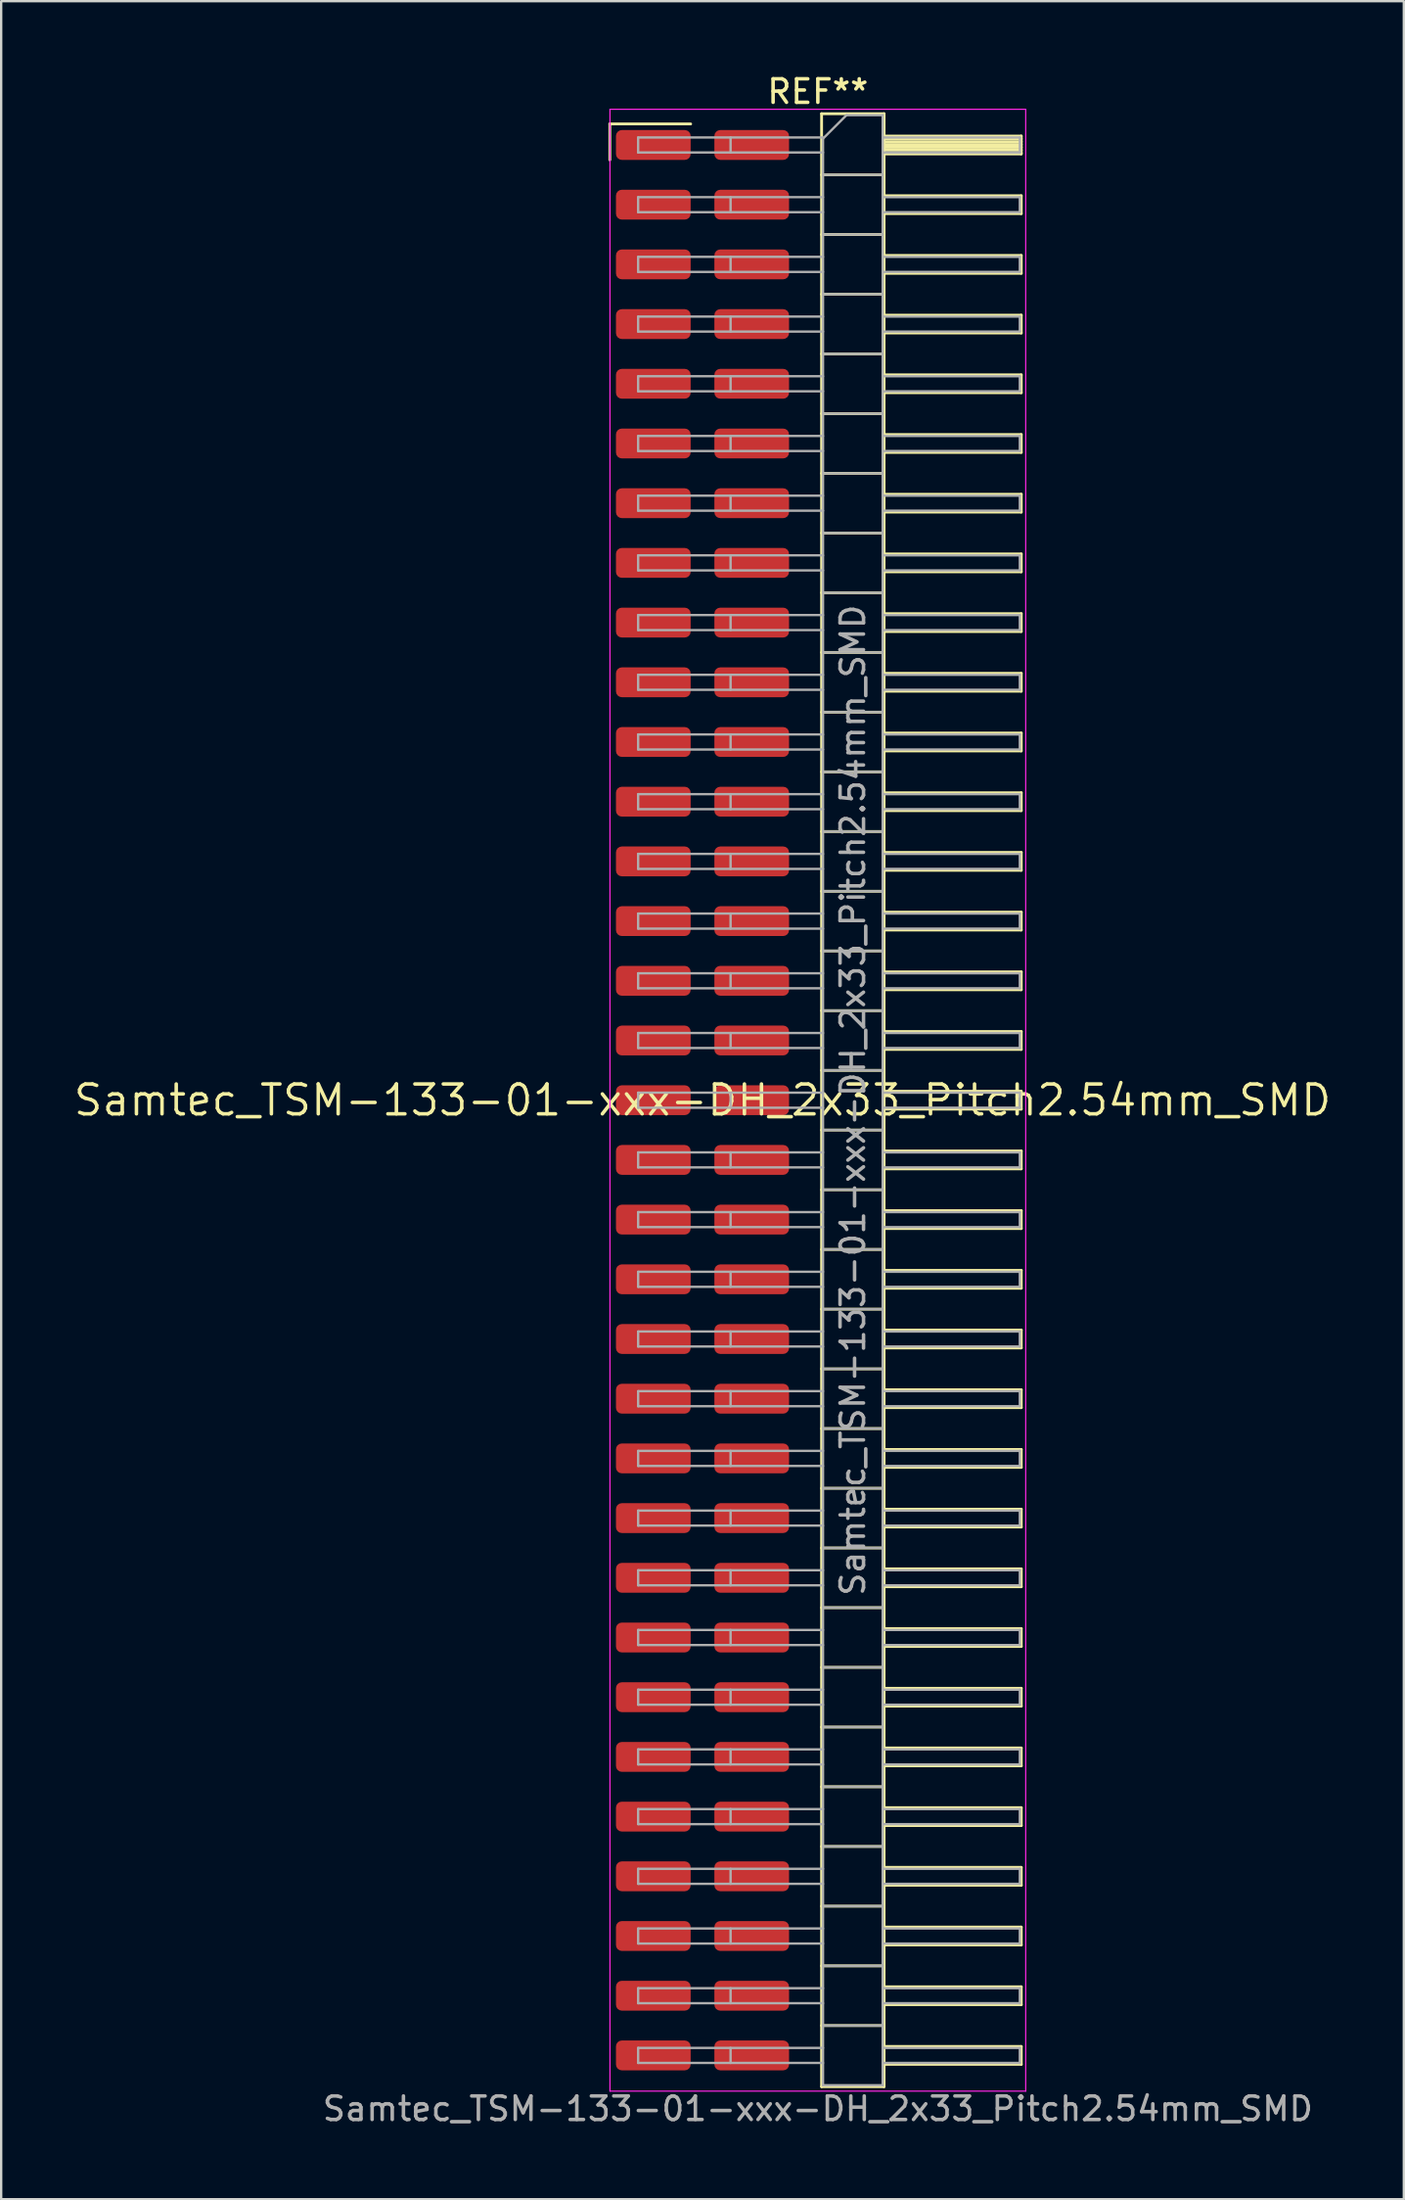
<source format=kicad_pcb>
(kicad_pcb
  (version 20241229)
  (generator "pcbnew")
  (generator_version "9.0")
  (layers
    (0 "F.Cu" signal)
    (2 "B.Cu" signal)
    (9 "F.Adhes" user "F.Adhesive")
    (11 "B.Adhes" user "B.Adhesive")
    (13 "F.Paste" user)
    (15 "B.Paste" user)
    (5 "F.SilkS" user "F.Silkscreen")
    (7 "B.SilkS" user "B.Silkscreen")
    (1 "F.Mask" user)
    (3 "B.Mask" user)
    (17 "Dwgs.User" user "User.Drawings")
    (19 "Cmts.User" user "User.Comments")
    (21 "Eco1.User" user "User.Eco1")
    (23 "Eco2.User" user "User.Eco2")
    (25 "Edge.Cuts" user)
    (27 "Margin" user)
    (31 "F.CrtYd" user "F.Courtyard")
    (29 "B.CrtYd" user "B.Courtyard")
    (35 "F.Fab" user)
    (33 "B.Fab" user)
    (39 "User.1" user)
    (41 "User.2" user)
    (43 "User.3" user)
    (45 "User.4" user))
  (footprint "Samtec_TSM-133-01-xxx-DH_2x33_Pitch2.54mm_SMD"
    (layer "F.Cu")
    (at 26.859 43.758)
    (property "Reference" "Samtec_TSM-133-01-xxx-DH_2x33_Pitch2.54mm_SMD" (at 0 0 0) (layer "F.SilkS") (effects (font (size 1.27 1.27) (thickness 0.15))))
    (attr smd)
    (fp_line (start -3.945 -41.535) (end -0.505 -41.535) (stroke (width 0.12) (type solid)) (layer "F.SilkS"))
    (fp_line (start -3.945 -40.005) (end -3.945 -41.535) (stroke (width 0.12) (type solid)) (layer "F.SilkS"))
    (fp_line (start 5.07 -41.97) (end 7.73 -41.97) (stroke (width 0.12) (type solid)) (layer "F.SilkS"))
    (fp_line (start 5.07 -39.37) (end 7.73 -39.37) (stroke (width 0.12) (type solid)) (layer "F.SilkS"))
    (fp_line (start 5.07 -36.83) (end 7.73 -36.83) (stroke (width 0.12) (type solid)) (layer "F.SilkS"))
    (fp_line (start 5.07 -34.29) (end 7.73 -34.29) (stroke (width 0.12) (type solid)) (layer "F.SilkS"))
    (fp_line (start 5.07 -31.75) (end 7.73 -31.75) (stroke (width 0.12) (type solid)) (layer "F.SilkS"))
    (fp_line (start 5.07 -29.21) (end 7.73 -29.21) (stroke (width 0.12) (type solid)) (layer "F.SilkS"))
    (fp_line (start 5.07 -26.67) (end 7.73 -26.67) (stroke (width 0.12) (type solid)) (layer "F.SilkS"))
    (fp_line (start 5.07 -24.13) (end 7.73 -24.13) (stroke (width 0.12) (type solid)) (layer "F.SilkS"))
    (fp_line (start 5.07 -21.59) (end 7.73 -21.59) (stroke (width 0.12) (type solid)) (layer "F.SilkS"))
    (fp_line (start 5.07 -19.05) (end 7.73 -19.05) (stroke (width 0.12) (type solid)) (layer "F.SilkS"))
    (fp_line (start 5.07 -16.51) (end 7.73 -16.51) (stroke (width 0.12) (type solid)) (layer "F.SilkS"))
    (fp_line (start 5.07 -13.97) (end 7.73 -13.97) (stroke (width 0.12) (type solid)) (layer "F.SilkS"))
    (fp_line (start 5.07 -11.43) (end 7.73 -11.43) (stroke (width 0.12) (type solid)) (layer "F.SilkS"))
    (fp_line (start 5.07 -8.89) (end 7.73 -8.89) (stroke (width 0.12) (type solid)) (layer "F.SilkS"))
    (fp_line (start 5.07 -6.35) (end 7.73 -6.35) (stroke (width 0.12) (type solid)) (layer "F.SilkS"))
    (fp_line (start 5.07 -3.81) (end 7.73 -3.81) (stroke (width 0.12) (type solid)) (layer "F.SilkS"))
    (fp_line (start 5.07 -1.27) (end 7.73 -1.27) (stroke (width 0.12) (type solid)) (layer "F.SilkS"))
    (fp_line (start 5.07 1.27) (end 7.73 1.27) (stroke (width 0.12) (type solid)) (layer "F.SilkS"))
    (fp_line (start 5.07 3.81) (end 7.73 3.81) (stroke (width 0.12) (type solid)) (layer "F.SilkS"))
    (fp_line (start 5.07 6.35) (end 7.73 6.35) (stroke (width 0.12) (type solid)) (layer "F.SilkS"))
    (fp_line (start 5.07 8.89) (end 7.73 8.89) (stroke (width 0.12) (type solid)) (layer "F.SilkS"))
    (fp_line (start 5.07 11.43) (end 7.73 11.43) (stroke (width 0.12) (type solid)) (layer "F.SilkS"))
    (fp_line (start 5.07 13.97) (end 7.73 13.97) (stroke (width 0.12) (type solid)) (layer "F.SilkS"))
    (fp_line (start 5.07 16.51) (end 7.73 16.51) (stroke (width 0.12) (type solid)) (layer "F.SilkS"))
    (fp_line (start 5.07 19.05) (end 7.73 19.05) (stroke (width 0.12) (type solid)) (layer "F.SilkS"))
    (fp_line (start 5.07 21.59) (end 7.73 21.59) (stroke (width 0.12) (type solid)) (layer "F.SilkS"))
    (fp_line (start 5.07 24.13) (end 7.73 24.13) (stroke (width 0.12) (type solid)) (layer "F.SilkS"))
    (fp_line (start 5.07 26.67) (end 7.73 26.67) (stroke (width 0.12) (type solid)) (layer "F.SilkS"))
    (fp_line (start 5.07 29.21) (end 7.73 29.21) (stroke (width 0.12) (type solid)) (layer "F.SilkS"))
    (fp_line (start 5.07 31.75) (end 7.73 31.75) (stroke (width 0.12) (type solid)) (layer "F.SilkS"))
    (fp_line (start 5.07 34.29) (end 7.73 34.29) (stroke (width 0.12) (type solid)) (layer "F.SilkS"))
    (fp_line (start 5.07 36.83) (end 7.73 36.83) (stroke (width 0.12) (type solid)) (layer "F.SilkS"))
    (fp_line (start 5.07 39.37) (end 7.73 39.37) (stroke (width 0.12) (type solid)) (layer "F.SilkS"))
    (fp_line (start 5.07 41.97) (end 5.07 -41.97) (stroke (width 0.12) (type solid)) (layer "F.SilkS"))
    (fp_line (start 7.73 -41.97) (end 7.73 41.97) (stroke (width 0.12) (type solid)) (layer "F.SilkS"))
    (fp_line (start 7.73 -41.02) (end 13.57 -41.02) (stroke (width 0.12) (type solid)) (layer "F.SilkS"))
    (fp_line (start 7.73 -40.9) (end 13.57 -40.9) (stroke (width 0.12) (type solid)) (layer "F.SilkS"))
    (fp_line (start 7.73 -40.78) (end 13.57 -40.78) (stroke (width 0.12) (type solid)) (layer "F.SilkS"))
    (fp_line (start 7.73 -40.66) (end 13.57 -40.66) (stroke (width 0.12) (type solid)) (layer "F.SilkS"))
    (fp_line (start 7.73 -40.54) (end 13.57 -40.54) (stroke (width 0.12) (type solid)) (layer "F.SilkS"))
    (fp_line (start 7.73 -40.42) (end 13.57 -40.42) (stroke (width 0.12) (type solid)) (layer "F.SilkS"))
    (fp_line (start 7.73 -40.3) (end 13.57 -40.3) (stroke (width 0.12) (type solid)) (layer "F.SilkS"))
    (fp_line (start 7.73 -40.26) (end 13.57 -40.26) (stroke (width 0.12) (type solid)) (layer "F.SilkS"))
    (fp_line (start 7.73 -38.48) (end 13.57 -38.48) (stroke (width 0.12) (type solid)) (layer "F.SilkS"))
    (fp_line (start 7.73 -37.72) (end 13.57 -37.72) (stroke (width 0.12) (type solid)) (layer "F.SilkS"))
    (fp_line (start 7.73 -35.94) (end 13.57 -35.94) (stroke (width 0.12) (type solid)) (layer "F.SilkS"))
    (fp_line (start 7.73 -35.18) (end 13.57 -35.18) (stroke (width 0.12) (type solid)) (layer "F.SilkS"))
    (fp_line (start 7.73 -33.4) (end 13.57 -33.4) (stroke (width 0.12) (type solid)) (layer "F.SilkS"))
    (fp_line (start 7.73 -32.64) (end 13.57 -32.64) (stroke (width 0.12) (type solid)) (layer "F.SilkS"))
    (fp_line (start 7.73 -30.86) (end 13.57 -30.86) (stroke (width 0.12) (type solid)) (layer "F.SilkS"))
    (fp_line (start 7.73 -30.1) (end 13.57 -30.1) (stroke (width 0.12) (type solid)) (layer "F.SilkS"))
    (fp_line (start 7.73 -28.32) (end 13.57 -28.32) (stroke (width 0.12) (type solid)) (layer "F.SilkS"))
    (fp_line (start 7.73 -27.56) (end 13.57 -27.56) (stroke (width 0.12) (type solid)) (layer "F.SilkS"))
    (fp_line (start 7.73 -25.78) (end 13.57 -25.78) (stroke (width 0.12) (type solid)) (layer "F.SilkS"))
    (fp_line (start 7.73 -25.02) (end 13.57 -25.02) (stroke (width 0.12) (type solid)) (layer "F.SilkS"))
    (fp_line (start 7.73 -23.24) (end 13.57 -23.24) (stroke (width 0.12) (type solid)) (layer "F.SilkS"))
    (fp_line (start 7.73 -22.48) (end 13.57 -22.48) (stroke (width 0.12) (type solid)) (layer "F.SilkS"))
    (fp_line (start 7.73 -20.7) (end 13.57 -20.7) (stroke (width 0.12) (type solid)) (layer "F.SilkS"))
    (fp_line (start 7.73 -19.94) (end 13.57 -19.94) (stroke (width 0.12) (type solid)) (layer "F.SilkS"))
    (fp_line (start 7.73 -18.16) (end 13.57 -18.16) (stroke (width 0.12) (type solid)) (layer "F.SilkS"))
    (fp_line (start 7.73 -17.4) (end 13.57 -17.4) (stroke (width 0.12) (type solid)) (layer "F.SilkS"))
    (fp_line (start 7.73 -15.62) (end 13.57 -15.62) (stroke (width 0.12) (type solid)) (layer "F.SilkS"))
    (fp_line (start 7.73 -14.86) (end 13.57 -14.86) (stroke (width 0.12) (type solid)) (layer "F.SilkS"))
    (fp_line (start 7.73 -13.08) (end 13.57 -13.08) (stroke (width 0.12) (type solid)) (layer "F.SilkS"))
    (fp_line (start 7.73 -12.32) (end 13.57 -12.32) (stroke (width 0.12) (type solid)) (layer "F.SilkS"))
    (fp_line (start 7.73 -10.54) (end 13.57 -10.54) (stroke (width 0.12) (type solid)) (layer "F.SilkS"))
    (fp_line (start 7.73 -9.78) (end 13.57 -9.78) (stroke (width 0.12) (type solid)) (layer "F.SilkS"))
    (fp_line (start 7.73 -8) (end 13.57 -8) (stroke (width 0.12) (type solid)) (layer "F.SilkS"))
    (fp_line (start 7.73 -7.24) (end 13.57 -7.24) (stroke (width 0.12) (type solid)) (layer "F.SilkS"))
    (fp_line (start 7.73 -5.46) (end 13.57 -5.46) (stroke (width 0.12) (type solid)) (layer "F.SilkS"))
    (fp_line (start 7.73 -4.7) (end 13.57 -4.7) (stroke (width 0.12) (type solid)) (layer "F.SilkS"))
    (fp_line (start 7.73 -2.92) (end 13.57 -2.92) (stroke (width 0.12) (type solid)) (layer "F.SilkS"))
    (fp_line (start 7.73 -2.16) (end 13.57 -2.16) (stroke (width 0.12) (type solid)) (layer "F.SilkS"))
    (fp_line (start 7.73 -0.38) (end 13.57 -0.38) (stroke (width 0.12) (type solid)) (layer "F.SilkS"))
    (fp_line (start 7.73 0.38) (end 13.57 0.38) (stroke (width 0.12) (type solid)) (layer "F.SilkS"))
    (fp_line (start 7.73 2.16) (end 13.57 2.16) (stroke (width 0.12) (type solid)) (layer "F.SilkS"))
    (fp_line (start 7.73 2.92) (end 13.57 2.92) (stroke (width 0.12) (type solid)) (layer "F.SilkS"))
    (fp_line (start 7.73 4.7) (end 13.57 4.7) (stroke (width 0.12) (type solid)) (layer "F.SilkS"))
    (fp_line (start 7.73 5.46) (end 13.57 5.46) (stroke (width 0.12) (type solid)) (layer "F.SilkS"))
    (fp_line (start 7.73 7.24) (end 13.57 7.24) (stroke (width 0.12) (type solid)) (layer "F.SilkS"))
    (fp_line (start 7.73 8) (end 13.57 8) (stroke (width 0.12) (type solid)) (layer "F.SilkS"))
    (fp_line (start 7.73 9.78) (end 13.57 9.78) (stroke (width 0.12) (type solid)) (layer "F.SilkS"))
    (fp_line (start 7.73 10.54) (end 13.57 10.54) (stroke (width 0.12) (type solid)) (layer "F.SilkS"))
    (fp_line (start 7.73 12.32) (end 13.57 12.32) (stroke (width 0.12) (type solid)) (layer "F.SilkS"))
    (fp_line (start 7.73 13.08) (end 13.57 13.08) (stroke (width 0.12) (type solid)) (layer "F.SilkS"))
    (fp_line (start 7.73 14.86) (end 13.57 14.86) (stroke (width 0.12) (type solid)) (layer "F.SilkS"))
    (fp_line (start 7.73 15.62) (end 13.57 15.62) (stroke (width 0.12) (type solid)) (layer "F.SilkS"))
    (fp_line (start 7.73 17.4) (end 13.57 17.4) (stroke (width 0.12) (type solid)) (layer "F.SilkS"))
    (fp_line (start 7.73 18.16) (end 13.57 18.16) (stroke (width 0.12) (type solid)) (layer "F.SilkS"))
    (fp_line (start 7.73 19.94) (end 13.57 19.94) (stroke (width 0.12) (type solid)) (layer "F.SilkS"))
    (fp_line (start 7.73 20.7) (end 13.57 20.7) (stroke (width 0.12) (type solid)) (layer "F.SilkS"))
    (fp_line (start 7.73 22.48) (end 13.57 22.48) (stroke (width 0.12) (type solid)) (layer "F.SilkS"))
    (fp_line (start 7.73 23.24) (end 13.57 23.24) (stroke (width 0.12) (type solid)) (layer "F.SilkS"))
    (fp_line (start 7.73 25.02) (end 13.57 25.02) (stroke (width 0.12) (type solid)) (layer "F.SilkS"))
    (fp_line (start 7.73 25.78) (end 13.57 25.78) (stroke (width 0.12) (type solid)) (layer "F.SilkS"))
    (fp_line (start 7.73 27.56) (end 13.57 27.56) (stroke (width 0.12) (type solid)) (layer "F.SilkS"))
    (fp_line (start 7.73 28.32) (end 13.57 28.32) (stroke (width 0.12) (type solid)) (layer "F.SilkS"))
    (fp_line (start 7.73 30.1) (end 13.57 30.1) (stroke (width 0.12) (type solid)) (layer "F.SilkS"))
    (fp_line (start 7.73 30.86) (end 13.57 30.86) (stroke (width 0.12) (type solid)) (layer "F.SilkS"))
    (fp_line (start 7.73 32.64) (end 13.57 32.64) (stroke (width 0.12) (type solid)) (layer "F.SilkS"))
    (fp_line (start 7.73 33.4) (end 13.57 33.4) (stroke (width 0.12) (type solid)) (layer "F.SilkS"))
    (fp_line (start 7.73 35.18) (end 13.57 35.18) (stroke (width 0.12) (type solid)) (layer "F.SilkS"))
    (fp_line (start 7.73 35.94) (end 13.57 35.94) (stroke (width 0.12) (type solid)) (layer "F.SilkS"))
    (fp_line (start 7.73 37.72) (end 13.57 37.72) (stroke (width 0.12) (type solid)) (layer "F.SilkS"))
    (fp_line (start 7.73 38.48) (end 13.57 38.48) (stroke (width 0.12) (type solid)) (layer "F.SilkS"))
    (fp_line (start 7.73 40.26) (end 13.57 40.26) (stroke (width 0.12) (type solid)) (layer "F.SilkS"))
    (fp_line (start 7.73 41.02) (end 13.57 41.02) (stroke (width 0.12) (type solid)) (layer "F.SilkS"))
    (fp_line (start 7.73 41.97) (end 5.07 41.97) (stroke (width 0.12) (type solid)) (layer "F.SilkS"))
    (fp_line (start 13.57 -41.02) (end 13.57 -40.26) (stroke (width 0.12) (type solid)) (layer "F.SilkS"))
    (fp_line (start 13.57 -38.48) (end 13.57 -37.72) (stroke (width 0.12) (type solid)) (layer "F.SilkS"))
    (fp_line (start 13.57 -35.94) (end 13.57 -35.18) (stroke (width 0.12) (type solid)) (layer "F.SilkS"))
    (fp_line (start 13.57 -33.4) (end 13.57 -32.64) (stroke (width 0.12) (type solid)) (layer "F.SilkS"))
    (fp_line (start 13.57 -30.86) (end 13.57 -30.1) (stroke (width 0.12) (type solid)) (layer "F.SilkS"))
    (fp_line (start 13.57 -28.32) (end 13.57 -27.56) (stroke (width 0.12) (type solid)) (layer "F.SilkS"))
    (fp_line (start 13.57 -25.78) (end 13.57 -25.02) (stroke (width 0.12) (type solid)) (layer "F.SilkS"))
    (fp_line (start 13.57 -23.24) (end 13.57 -22.48) (stroke (width 0.12) (type solid)) (layer "F.SilkS"))
    (fp_line (start 13.57 -20.7) (end 13.57 -19.94) (stroke (width 0.12) (type solid)) (layer "F.SilkS"))
    (fp_line (start 13.57 -18.16) (end 13.57 -17.4) (stroke (width 0.12) (type solid)) (layer "F.SilkS"))
    (fp_line (start 13.57 -15.62) (end 13.57 -14.86) (stroke (width 0.12) (type solid)) (layer "F.SilkS"))
    (fp_line (start 13.57 -13.08) (end 13.57 -12.32) (stroke (width 0.12) (type solid)) (layer "F.SilkS"))
    (fp_line (start 13.57 -10.54) (end 13.57 -9.78) (stroke (width 0.12) (type solid)) (layer "F.SilkS"))
    (fp_line (start 13.57 -8) (end 13.57 -7.24) (stroke (width 0.12) (type solid)) (layer "F.SilkS"))
    (fp_line (start 13.57 -5.46) (end 13.57 -4.7) (stroke (width 0.12) (type solid)) (layer "F.SilkS"))
    (fp_line (start 13.57 -2.92) (end 13.57 -2.16) (stroke (width 0.12) (type solid)) (layer "F.SilkS"))
    (fp_line (start 13.57 -0.38) (end 13.57 0.38) (stroke (width 0.12) (type solid)) (layer "F.SilkS"))
    (fp_line (start 13.57 2.16) (end 13.57 2.92) (stroke (width 0.12) (type solid)) (layer "F.SilkS"))
    (fp_line (start 13.57 4.7) (end 13.57 5.46) (stroke (width 0.12) (type solid)) (layer "F.SilkS"))
    (fp_line (start 13.57 7.24) (end 13.57 8) (stroke (width 0.12) (type solid)) (layer "F.SilkS"))
    (fp_line (start 13.57 9.78) (end 13.57 10.54) (stroke (width 0.12) (type solid)) (layer "F.SilkS"))
    (fp_line (start 13.57 12.32) (end 13.57 13.08) (stroke (width 0.12) (type solid)) (layer "F.SilkS"))
    (fp_line (start 13.57 14.86) (end 13.57 15.62) (stroke (width 0.12) (type solid)) (layer "F.SilkS"))
    (fp_line (start 13.57 17.4) (end 13.57 18.16) (stroke (width 0.12) (type solid)) (layer "F.SilkS"))
    (fp_line (start 13.57 19.94) (end 13.57 20.7) (stroke (width 0.12) (type solid)) (layer "F.SilkS"))
    (fp_line (start 13.57 22.48) (end 13.57 23.24) (stroke (width 0.12) (type solid)) (layer "F.SilkS"))
    (fp_line (start 13.57 25.02) (end 13.57 25.78) (stroke (width 0.12) (type solid)) (layer "F.SilkS"))
    (fp_line (start 13.57 27.56) (end 13.57 28.32) (stroke (width 0.12) (type solid)) (layer "F.SilkS"))
    (fp_line (start 13.57 30.1) (end 13.57 30.86) (stroke (width 0.12) (type solid)) (layer "F.SilkS"))
    (fp_line (start 13.57 32.64) (end 13.57 33.4) (stroke (width 0.12) (type solid)) (layer "F.SilkS"))
    (fp_line (start 13.57 35.18) (end 13.57 35.94) (stroke (width 0.12) (type solid)) (layer "F.SilkS"))
    (fp_line (start 13.57 37.72) (end 13.57 38.48) (stroke (width 0.12) (type solid)) (layer "F.SilkS"))
    (fp_line (start 13.57 40.26) (end 13.57 41.02) (stroke (width 0.12) (type solid)) (layer "F.SilkS"))
    (fp_line (start -3.94 -42.16) (end 13.76 -42.16) (stroke (width 0.05) (type solid)) (layer "F.CrtYd"))
    (fp_line (start -3.94 42.16) (end -3.94 -42.16) (stroke (width 0.05) (type solid)) (layer "F.CrtYd"))
    (fp_line (start 13.76 -42.16) (end 13.76 42.16) (stroke (width 0.05) (type solid)) (layer "F.CrtYd"))
    (fp_line (start 13.76 42.16) (end -3.94 42.16) (stroke (width 0.05) (type solid)) (layer "F.CrtYd"))
    (fp_line (start -2.74 -40.96) (end -2.74 -40.32) (stroke (width 0.1) (type solid)) (layer "F.Fab"))
    (fp_line (start -2.74 -40.96) (end 5.13 -40.96) (stroke (width 0.1) (type solid)) (layer "F.Fab"))
    (fp_line (start -2.74 -40.32) (end 5.13 -40.32) (stroke (width 0.1) (type solid)) (layer "F.Fab"))
    (fp_line (start -2.74 -38.42) (end -2.74 -37.78) (stroke (width 0.1) (type solid)) (layer "F.Fab"))
    (fp_line (start -2.74 -38.42) (end 5.13 -38.42) (stroke (width 0.1) (type solid)) (layer "F.Fab"))
    (fp_line (start -2.74 -37.78) (end 5.13 -37.78) (stroke (width 0.1) (type solid)) (layer "F.Fab"))
    (fp_line (start -2.74 -35.88) (end -2.74 -35.24) (stroke (width 0.1) (type solid)) (layer "F.Fab"))
    (fp_line (start -2.74 -35.88) (end 5.13 -35.88) (stroke (width 0.1) (type solid)) (layer "F.Fab"))
    (fp_line (start -2.74 -35.24) (end 5.13 -35.24) (stroke (width 0.1) (type solid)) (layer "F.Fab"))
    (fp_line (start -2.74 -33.34) (end -2.74 -32.7) (stroke (width 0.1) (type solid)) (layer "F.Fab"))
    (fp_line (start -2.74 -33.34) (end 5.13 -33.34) (stroke (width 0.1) (type solid)) (layer "F.Fab"))
    (fp_line (start -2.74 -32.7) (end 5.13 -32.7) (stroke (width 0.1) (type solid)) (layer "F.Fab"))
    (fp_line (start -2.74 -30.8) (end -2.74 -30.16) (stroke (width 0.1) (type solid)) (layer "F.Fab"))
    (fp_line (start -2.74 -30.8) (end 5.13 -30.8) (stroke (width 0.1) (type solid)) (layer "F.Fab"))
    (fp_line (start -2.74 -30.16) (end 5.13 -30.16) (stroke (width 0.1) (type solid)) (layer "F.Fab"))
    (fp_line (start -2.74 -28.26) (end -2.74 -27.62) (stroke (width 0.1) (type solid)) (layer "F.Fab"))
    (fp_line (start -2.74 -28.26) (end 5.13 -28.26) (stroke (width 0.1) (type solid)) (layer "F.Fab"))
    (fp_line (start -2.74 -27.62) (end 5.13 -27.62) (stroke (width 0.1) (type solid)) (layer "F.Fab"))
    (fp_line (start -2.74 -25.72) (end -2.74 -25.08) (stroke (width 0.1) (type solid)) (layer "F.Fab"))
    (fp_line (start -2.74 -25.72) (end 5.13 -25.72) (stroke (width 0.1) (type solid)) (layer "F.Fab"))
    (fp_line (start -2.74 -25.08) (end 5.13 -25.08) (stroke (width 0.1) (type solid)) (layer "F.Fab"))
    (fp_line (start -2.74 -23.18) (end -2.74 -22.54) (stroke (width 0.1) (type solid)) (layer "F.Fab"))
    (fp_line (start -2.74 -23.18) (end 5.13 -23.18) (stroke (width 0.1) (type solid)) (layer "F.Fab"))
    (fp_line (start -2.74 -22.54) (end 5.13 -22.54) (stroke (width 0.1) (type solid)) (layer "F.Fab"))
    (fp_line (start -2.74 -20.64) (end -2.74 -20) (stroke (width 0.1) (type solid)) (layer "F.Fab"))
    (fp_line (start -2.74 -20.64) (end 5.13 -20.64) (stroke (width 0.1) (type solid)) (layer "F.Fab"))
    (fp_line (start -2.74 -20) (end 5.13 -20) (stroke (width 0.1) (type solid)) (layer "F.Fab"))
    (fp_line (start -2.74 -18.1) (end -2.74 -17.46) (stroke (width 0.1) (type solid)) (layer "F.Fab"))
    (fp_line (start -2.74 -18.1) (end 5.13 -18.1) (stroke (width 0.1) (type solid)) (layer "F.Fab"))
    (fp_line (start -2.74 -17.46) (end 5.13 -17.46) (stroke (width 0.1) (type solid)) (layer "F.Fab"))
    (fp_line (start -2.74 -15.56) (end -2.74 -14.92) (stroke (width 0.1) (type solid)) (layer "F.Fab"))
    (fp_line (start -2.74 -15.56) (end 5.13 -15.56) (stroke (width 0.1) (type solid)) (layer "F.Fab"))
    (fp_line (start -2.74 -14.92) (end 5.13 -14.92) (stroke (width 0.1) (type solid)) (layer "F.Fab"))
    (fp_line (start -2.74 -13.02) (end -2.74 -12.38) (stroke (width 0.1) (type solid)) (layer "F.Fab"))
    (fp_line (start -2.74 -13.02) (end 5.13 -13.02) (stroke (width 0.1) (type solid)) (layer "F.Fab"))
    (fp_line (start -2.74 -12.38) (end 5.13 -12.38) (stroke (width 0.1) (type solid)) (layer "F.Fab"))
    (fp_line (start -2.74 -10.48) (end -2.74 -9.84) (stroke (width 0.1) (type solid)) (layer "F.Fab"))
    (fp_line (start -2.74 -10.48) (end 5.13 -10.48) (stroke (width 0.1) (type solid)) (layer "F.Fab"))
    (fp_line (start -2.74 -9.84) (end 5.13 -9.84) (stroke (width 0.1) (type solid)) (layer "F.Fab"))
    (fp_line (start -2.74 -7.94) (end -2.74 -7.3) (stroke (width 0.1) (type solid)) (layer "F.Fab"))
    (fp_line (start -2.74 -7.94) (end 5.13 -7.94) (stroke (width 0.1) (type solid)) (layer "F.Fab"))
    (fp_line (start -2.74 -7.3) (end 5.13 -7.3) (stroke (width 0.1) (type solid)) (layer "F.Fab"))
    (fp_line (start -2.74 -5.4) (end -2.74 -4.76) (stroke (width 0.1) (type solid)) (layer "F.Fab"))
    (fp_line (start -2.74 -5.4) (end 5.13 -5.4) (stroke (width 0.1) (type solid)) (layer "F.Fab"))
    (fp_line (start -2.74 -4.76) (end 5.13 -4.76) (stroke (width 0.1) (type solid)) (layer "F.Fab"))
    (fp_line (start -2.74 -2.86) (end -2.74 -2.22) (stroke (width 0.1) (type solid)) (layer "F.Fab"))
    (fp_line (start -2.74 -2.86) (end 5.13 -2.86) (stroke (width 0.1) (type solid)) (layer "F.Fab"))
    (fp_line (start -2.74 -2.22) (end 5.13 -2.22) (stroke (width 0.1) (type solid)) (layer "F.Fab"))
    (fp_line (start -2.74 -0.32) (end -2.74 0.32) (stroke (width 0.1) (type solid)) (layer "F.Fab"))
    (fp_line (start -2.74 -0.32) (end 5.13 -0.32) (stroke (width 0.1) (type solid)) (layer "F.Fab"))
    (fp_line (start -2.74 0.32) (end 5.13 0.32) (stroke (width 0.1) (type solid)) (layer "F.Fab"))
    (fp_line (start -2.74 2.22) (end -2.74 2.86) (stroke (width 0.1) (type solid)) (layer "F.Fab"))
    (fp_line (start -2.74 2.22) (end 5.13 2.22) (stroke (width 0.1) (type solid)) (layer "F.Fab"))
    (fp_line (start -2.74 2.86) (end 5.13 2.86) (stroke (width 0.1) (type solid)) (layer "F.Fab"))
    (fp_line (start -2.74 4.76) (end -2.74 5.4) (stroke (width 0.1) (type solid)) (layer "F.Fab"))
    (fp_line (start -2.74 4.76) (end 5.13 4.76) (stroke (width 0.1) (type solid)) (layer "F.Fab"))
    (fp_line (start -2.74 5.4) (end 5.13 5.4) (stroke (width 0.1) (type solid)) (layer "F.Fab"))
    (fp_line (start -2.74 7.3) (end -2.74 7.94) (stroke (width 0.1) (type solid)) (layer "F.Fab"))
    (fp_line (start -2.74 7.3) (end 5.13 7.3) (stroke (width 0.1) (type solid)) (layer "F.Fab"))
    (fp_line (start -2.74 7.94) (end 5.13 7.94) (stroke (width 0.1) (type solid)) (layer "F.Fab"))
    (fp_line (start -2.74 9.84) (end -2.74 10.48) (stroke (width 0.1) (type solid)) (layer "F.Fab"))
    (fp_line (start -2.74 9.84) (end 5.13 9.84) (stroke (width 0.1) (type solid)) (layer "F.Fab"))
    (fp_line (start -2.74 10.48) (end 5.13 10.48) (stroke (width 0.1) (type solid)) (layer "F.Fab"))
    (fp_line (start -2.74 12.38) (end -2.74 13.02) (stroke (width 0.1) (type solid)) (layer "F.Fab"))
    (fp_line (start -2.74 12.38) (end 5.13 12.38) (stroke (width 0.1) (type solid)) (layer "F.Fab"))
    (fp_line (start -2.74 13.02) (end 5.13 13.02) (stroke (width 0.1) (type solid)) (layer "F.Fab"))
    (fp_line (start -2.74 14.92) (end -2.74 15.56) (stroke (width 0.1) (type solid)) (layer "F.Fab"))
    (fp_line (start -2.74 14.92) (end 5.13 14.92) (stroke (width 0.1) (type solid)) (layer "F.Fab"))
    (fp_line (start -2.74 15.56) (end 5.13 15.56) (stroke (width 0.1) (type solid)) (layer "F.Fab"))
    (fp_line (start -2.74 17.46) (end -2.74 18.1) (stroke (width 0.1) (type solid)) (layer "F.Fab"))
    (fp_line (start -2.74 17.46) (end 5.13 17.46) (stroke (width 0.1) (type solid)) (layer "F.Fab"))
    (fp_line (start -2.74 18.1) (end 5.13 18.1) (stroke (width 0.1) (type solid)) (layer "F.Fab"))
    (fp_line (start -2.74 20) (end -2.74 20.64) (stroke (width 0.1) (type solid)) (layer "F.Fab"))
    (fp_line (start -2.74 20) (end 5.13 20) (stroke (width 0.1) (type solid)) (layer "F.Fab"))
    (fp_line (start -2.74 20.64) (end 5.13 20.64) (stroke (width 0.1) (type solid)) (layer "F.Fab"))
    (fp_line (start -2.74 22.54) (end -2.74 23.18) (stroke (width 0.1) (type solid)) (layer "F.Fab"))
    (fp_line (start -2.74 22.54) (end 5.13 22.54) (stroke (width 0.1) (type solid)) (layer "F.Fab"))
    (fp_line (start -2.74 23.18) (end 5.13 23.18) (stroke (width 0.1) (type solid)) (layer "F.Fab"))
    (fp_line (start -2.74 25.08) (end -2.74 25.72) (stroke (width 0.1) (type solid)) (layer "F.Fab"))
    (fp_line (start -2.74 25.08) (end 5.13 25.08) (stroke (width 0.1) (type solid)) (layer "F.Fab"))
    (fp_line (start -2.74 25.72) (end 5.13 25.72) (stroke (width 0.1) (type solid)) (layer "F.Fab"))
    (fp_line (start -2.74 27.62) (end -2.74 28.26) (stroke (width 0.1) (type solid)) (layer "F.Fab"))
    (fp_line (start -2.74 27.62) (end 5.13 27.62) (stroke (width 0.1) (type solid)) (layer "F.Fab"))
    (fp_line (start -2.74 28.26) (end 5.13 28.26) (stroke (width 0.1) (type solid)) (layer "F.Fab"))
    (fp_line (start -2.74 30.16) (end -2.74 30.8) (stroke (width 0.1) (type solid)) (layer "F.Fab"))
    (fp_line (start -2.74 30.16) (end 5.13 30.16) (stroke (width 0.1) (type solid)) (layer "F.Fab"))
    (fp_line (start -2.74 30.8) (end 5.13 30.8) (stroke (width 0.1) (type solid)) (layer "F.Fab"))
    (fp_line (start -2.74 32.7) (end -2.74 33.34) (stroke (width 0.1) (type solid)) (layer "F.Fab"))
    (fp_line (start -2.74 32.7) (end 5.13 32.7) (stroke (width 0.1) (type solid)) (layer "F.Fab"))
    (fp_line (start -2.74 33.34) (end 5.13 33.34) (stroke (width 0.1) (type solid)) (layer "F.Fab"))
    (fp_line (start -2.74 35.24) (end -2.74 35.88) (stroke (width 0.1) (type solid)) (layer "F.Fab"))
    (fp_line (start -2.74 35.24) (end 5.13 35.24) (stroke (width 0.1) (type solid)) (layer "F.Fab"))
    (fp_line (start -2.74 35.88) (end 5.13 35.88) (stroke (width 0.1) (type solid)) (layer "F.Fab"))
    (fp_line (start -2.74 37.78) (end -2.74 38.42) (stroke (width 0.1) (type solid)) (layer "F.Fab"))
    (fp_line (start -2.74 37.78) (end 5.13 37.78) (stroke (width 0.1) (type solid)) (layer "F.Fab"))
    (fp_line (start -2.74 38.42) (end 5.13 38.42) (stroke (width 0.1) (type solid)) (layer "F.Fab"))
    (fp_line (start -2.74 40.32) (end -2.74 40.96) (stroke (width 0.1) (type solid)) (layer "F.Fab"))
    (fp_line (start -2.74 40.32) (end 5.13 40.32) (stroke (width 0.1) (type solid)) (layer "F.Fab"))
    (fp_line (start -2.74 40.96) (end 5.13 40.96) (stroke (width 0.1) (type solid)) (layer "F.Fab"))
    (fp_line (start 1.195 -40.96) (end 1.195 -40.32) (stroke (width 0.1) (type solid)) (layer "F.Fab"))
    (fp_line (start 1.195 -38.42) (end 1.195 -37.78) (stroke (width 0.1) (type solid)) (layer "F.Fab"))
    (fp_line (start 1.195 -35.88) (end 1.195 -35.24) (stroke (width 0.1) (type solid)) (layer "F.Fab"))
    (fp_line (start 1.195 -33.34) (end 1.195 -32.7) (stroke (width 0.1) (type solid)) (layer "F.Fab"))
    (fp_line (start 1.195 -30.8) (end 1.195 -30.16) (stroke (width 0.1) (type solid)) (layer "F.Fab"))
    (fp_line (start 1.195 -28.26) (end 1.195 -27.62) (stroke (width 0.1) (type solid)) (layer "F.Fab"))
    (fp_line (start 1.195 -25.72) (end 1.195 -25.08) (stroke (width 0.1) (type solid)) (layer "F.Fab"))
    (fp_line (start 1.195 -23.18) (end 1.195 -22.54) (stroke (width 0.1) (type solid)) (layer "F.Fab"))
    (fp_line (start 1.195 -20.64) (end 1.195 -20) (stroke (width 0.1) (type solid)) (layer "F.Fab"))
    (fp_line (start 1.195 -18.1) (end 1.195 -17.46) (stroke (width 0.1) (type solid)) (layer "F.Fab"))
    (fp_line (start 1.195 -15.56) (end 1.195 -14.92) (stroke (width 0.1) (type solid)) (layer "F.Fab"))
    (fp_line (start 1.195 -13.02) (end 1.195 -12.38) (stroke (width 0.1) (type solid)) (layer "F.Fab"))
    (fp_line (start 1.195 -10.48) (end 1.195 -9.84) (stroke (width 0.1) (type solid)) (layer "F.Fab"))
    (fp_line (start 1.195 -7.94) (end 1.195 -7.3) (stroke (width 0.1) (type solid)) (layer "F.Fab"))
    (fp_line (start 1.195 -5.4) (end 1.195 -4.76) (stroke (width 0.1) (type solid)) (layer "F.Fab"))
    (fp_line (start 1.195 -2.86) (end 1.195 -2.22) (stroke (width 0.1) (type solid)) (layer "F.Fab"))
    (fp_line (start 1.195 -0.32) (end 1.195 0.32) (stroke (width 0.1) (type solid)) (layer "F.Fab"))
    (fp_line (start 1.195 2.22) (end 1.195 2.86) (stroke (width 0.1) (type solid)) (layer "F.Fab"))
    (fp_line (start 1.195 4.76) (end 1.195 5.4) (stroke (width 0.1) (type solid)) (layer "F.Fab"))
    (fp_line (start 1.195 7.3) (end 1.195 7.94) (stroke (width 0.1) (type solid)) (layer "F.Fab"))
    (fp_line (start 1.195 9.84) (end 1.195 10.48) (stroke (width 0.1) (type solid)) (layer "F.Fab"))
    (fp_line (start 1.195 12.38) (end 1.195 13.02) (stroke (width 0.1) (type solid)) (layer "F.Fab"))
    (fp_line (start 1.195 14.92) (end 1.195 15.56) (stroke (width 0.1) (type solid)) (layer "F.Fab"))
    (fp_line (start 1.195 17.46) (end 1.195 18.1) (stroke (width 0.1) (type solid)) (layer "F.Fab"))
    (fp_line (start 1.195 20) (end 1.195 20.64) (stroke (width 0.1) (type solid)) (layer "F.Fab"))
    (fp_line (start 1.195 22.54) (end 1.195 23.18) (stroke (width 0.1) (type solid)) (layer "F.Fab"))
    (fp_line (start 1.195 25.08) (end 1.195 25.72) (stroke (width 0.1) (type solid)) (layer "F.Fab"))
    (fp_line (start 1.195 27.62) (end 1.195 28.26) (stroke (width 0.1) (type solid)) (layer "F.Fab"))
    (fp_line (start 1.195 30.16) (end 1.195 30.8) (stroke (width 0.1) (type solid)) (layer "F.Fab"))
    (fp_line (start 1.195 32.7) (end 1.195 33.34) (stroke (width 0.1) (type solid)) (layer "F.Fab"))
    (fp_line (start 1.195 35.24) (end 1.195 35.88) (stroke (width 0.1) (type solid)) (layer "F.Fab"))
    (fp_line (start 1.195 37.78) (end 1.195 38.42) (stroke (width 0.1) (type solid)) (layer "F.Fab"))
    (fp_line (start 1.195 40.32) (end 1.195 40.96) (stroke (width 0.1) (type solid)) (layer "F.Fab"))
    (fp_line (start 5.13 -40.91) (end 6.13 -41.91) (stroke (width 0.1) (type solid)) (layer "F.Fab"))
    (fp_line (start 5.13 -39.37) (end 7.67 -39.37) (stroke (width 0.1) (type solid)) (layer "F.Fab"))
    (fp_line (start 5.13 -36.83) (end 7.67 -36.83) (stroke (width 0.1) (type solid)) (layer "F.Fab"))
    (fp_line (start 5.13 -34.29) (end 7.67 -34.29) (stroke (width 0.1) (type solid)) (layer "F.Fab"))
    (fp_line (start 5.13 -31.75) (end 7.67 -31.75) (stroke (width 0.1) (type solid)) (layer "F.Fab"))
    (fp_line (start 5.13 -29.21) (end 7.67 -29.21) (stroke (width 0.1) (type solid)) (layer "F.Fab"))
    (fp_line (start 5.13 -26.67) (end 7.67 -26.67) (stroke (width 0.1) (type solid)) (layer "F.Fab"))
    (fp_line (start 5.13 -24.13) (end 7.67 -24.13) (stroke (width 0.1) (type solid)) (layer "F.Fab"))
    (fp_line (start 5.13 -21.59) (end 7.67 -21.59) (stroke (width 0.1) (type solid)) (layer "F.Fab"))
    (fp_line (start 5.13 -19.05) (end 7.67 -19.05) (stroke (width 0.1) (type solid)) (layer "F.Fab"))
    (fp_line (start 5.13 -16.51) (end 7.67 -16.51) (stroke (width 0.1) (type solid)) (layer "F.Fab"))
    (fp_line (start 5.13 -13.97) (end 7.67 -13.97) (stroke (width 0.1) (type solid)) (layer "F.Fab"))
    (fp_line (start 5.13 -11.43) (end 7.67 -11.43) (stroke (width 0.1) (type solid)) (layer "F.Fab"))
    (fp_line (start 5.13 -8.89) (end 7.67 -8.89) (stroke (width 0.1) (type solid)) (layer "F.Fab"))
    (fp_line (start 5.13 -6.35) (end 7.67 -6.35) (stroke (width 0.1) (type solid)) (layer "F.Fab"))
    (fp_line (start 5.13 -3.81) (end 7.67 -3.81) (stroke (width 0.1) (type solid)) (layer "F.Fab"))
    (fp_line (start 5.13 -1.27) (end 7.67 -1.27) (stroke (width 0.1) (type solid)) (layer "F.Fab"))
    (fp_line (start 5.13 1.27) (end 7.67 1.27) (stroke (width 0.1) (type solid)) (layer "F.Fab"))
    (fp_line (start 5.13 3.81) (end 7.67 3.81) (stroke (width 0.1) (type solid)) (layer "F.Fab"))
    (fp_line (start 5.13 6.35) (end 7.67 6.35) (stroke (width 0.1) (type solid)) (layer "F.Fab"))
    (fp_line (start 5.13 8.89) (end 7.67 8.89) (stroke (width 0.1) (type solid)) (layer "F.Fab"))
    (fp_line (start 5.13 11.43) (end 7.67 11.43) (stroke (width 0.1) (type solid)) (layer "F.Fab"))
    (fp_line (start 5.13 13.97) (end 7.67 13.97) (stroke (width 0.1) (type solid)) (layer "F.Fab"))
    (fp_line (start 5.13 16.51) (end 7.67 16.51) (stroke (width 0.1) (type solid)) (layer "F.Fab"))
    (fp_line (start 5.13 19.05) (end 7.67 19.05) (stroke (width 0.1) (type solid)) (layer "F.Fab"))
    (fp_line (start 5.13 21.59) (end 7.67 21.59) (stroke (width 0.1) (type solid)) (layer "F.Fab"))
    (fp_line (start 5.13 24.13) (end 7.67 24.13) (stroke (width 0.1) (type solid)) (layer "F.Fab"))
    (fp_line (start 5.13 26.67) (end 7.67 26.67) (stroke (width 0.1) (type solid)) (layer "F.Fab"))
    (fp_line (start 5.13 29.21) (end 7.67 29.21) (stroke (width 0.1) (type solid)) (layer "F.Fab"))
    (fp_line (start 5.13 31.75) (end 7.67 31.75) (stroke (width 0.1) (type solid)) (layer "F.Fab"))
    (fp_line (start 5.13 34.29) (end 7.67 34.29) (stroke (width 0.1) (type solid)) (layer "F.Fab"))
    (fp_line (start 5.13 36.83) (end 7.67 36.83) (stroke (width 0.1) (type solid)) (layer "F.Fab"))
    (fp_line (start 5.13 39.37) (end 7.67 39.37) (stroke (width 0.1) (type solid)) (layer "F.Fab"))
    (fp_line (start 5.13 41.91) (end 5.13 -40.91) (stroke (width 0.1) (type solid)) (layer "F.Fab"))
    (fp_line (start 6.13 -41.91) (end 7.67 -41.91) (stroke (width 0.1) (type solid)) (layer "F.Fab"))
    (fp_line (start 7.67 -41.91) (end 7.67 41.91) (stroke (width 0.1) (type solid)) (layer "F.Fab"))
    (fp_line (start 7.67 -40.96) (end 13.51 -40.96) (stroke (width 0.1) (type solid)) (layer "F.Fab"))
    (fp_line (start 7.67 -40.32) (end 13.51 -40.32) (stroke (width 0.1) (type solid)) (layer "F.Fab"))
    (fp_line (start 7.67 -38.42) (end 13.51 -38.42) (stroke (width 0.1) (type solid)) (layer "F.Fab"))
    (fp_line (start 7.67 -37.78) (end 13.51 -37.78) (stroke (width 0.1) (type solid)) (layer "F.Fab"))
    (fp_line (start 7.67 -35.88) (end 13.51 -35.88) (stroke (width 0.1) (type solid)) (layer "F.Fab"))
    (fp_line (start 7.67 -35.24) (end 13.51 -35.24) (stroke (width 0.1) (type solid)) (layer "F.Fab"))
    (fp_line (start 7.67 -33.34) (end 13.51 -33.34) (stroke (width 0.1) (type solid)) (layer "F.Fab"))
    (fp_line (start 7.67 -32.7) (end 13.51 -32.7) (stroke (width 0.1) (type solid)) (layer "F.Fab"))
    (fp_line (start 7.67 -30.8) (end 13.51 -30.8) (stroke (width 0.1) (type solid)) (layer "F.Fab"))
    (fp_line (start 7.67 -30.16) (end 13.51 -30.16) (stroke (width 0.1) (type solid)) (layer "F.Fab"))
    (fp_line (start 7.67 -28.26) (end 13.51 -28.26) (stroke (width 0.1) (type solid)) (layer "F.Fab"))
    (fp_line (start 7.67 -27.62) (end 13.51 -27.62) (stroke (width 0.1) (type solid)) (layer "F.Fab"))
    (fp_line (start 7.67 -25.72) (end 13.51 -25.72) (stroke (width 0.1) (type solid)) (layer "F.Fab"))
    (fp_line (start 7.67 -25.08) (end 13.51 -25.08) (stroke (width 0.1) (type solid)) (layer "F.Fab"))
    (fp_line (start 7.67 -23.18) (end 13.51 -23.18) (stroke (width 0.1) (type solid)) (layer "F.Fab"))
    (fp_line (start 7.67 -22.54) (end 13.51 -22.54) (stroke (width 0.1) (type solid)) (layer "F.Fab"))
    (fp_line (start 7.67 -20.64) (end 13.51 -20.64) (stroke (width 0.1) (type solid)) (layer "F.Fab"))
    (fp_line (start 7.67 -20) (end 13.51 -20) (stroke (width 0.1) (type solid)) (layer "F.Fab"))
    (fp_line (start 7.67 -18.1) (end 13.51 -18.1) (stroke (width 0.1) (type solid)) (layer "F.Fab"))
    (fp_line (start 7.67 -17.46) (end 13.51 -17.46) (stroke (width 0.1) (type solid)) (layer "F.Fab"))
    (fp_line (start 7.67 -15.56) (end 13.51 -15.56) (stroke (width 0.1) (type solid)) (layer "F.Fab"))
    (fp_line (start 7.67 -14.92) (end 13.51 -14.92) (stroke (width 0.1) (type solid)) (layer "F.Fab"))
    (fp_line (start 7.67 -13.02) (end 13.51 -13.02) (stroke (width 0.1) (type solid)) (layer "F.Fab"))
    (fp_line (start 7.67 -12.38) (end 13.51 -12.38) (stroke (width 0.1) (type solid)) (layer "F.Fab"))
    (fp_line (start 7.67 -10.48) (end 13.51 -10.48) (stroke (width 0.1) (type solid)) (layer "F.Fab"))
    (fp_line (start 7.67 -9.84) (end 13.51 -9.84) (stroke (width 0.1) (type solid)) (layer "F.Fab"))
    (fp_line (start 7.67 -7.94) (end 13.51 -7.94) (stroke (width 0.1) (type solid)) (layer "F.Fab"))
    (fp_line (start 7.67 -7.3) (end 13.51 -7.3) (stroke (width 0.1) (type solid)) (layer "F.Fab"))
    (fp_line (start 7.67 -5.4) (end 13.51 -5.4) (stroke (width 0.1) (type solid)) (layer "F.Fab"))
    (fp_line (start 7.67 -4.76) (end 13.51 -4.76) (stroke (width 0.1) (type solid)) (layer "F.Fab"))
    (fp_line (start 7.67 -2.86) (end 13.51 -2.86) (stroke (width 0.1) (type solid)) (layer "F.Fab"))
    (fp_line (start 7.67 -2.22) (end 13.51 -2.22) (stroke (width 0.1) (type solid)) (layer "F.Fab"))
    (fp_line (start 7.67 -0.32) (end 13.51 -0.32) (stroke (width 0.1) (type solid)) (layer "F.Fab"))
    (fp_line (start 7.67 0.32) (end 13.51 0.32) (stroke (width 0.1) (type solid)) (layer "F.Fab"))
    (fp_line (start 7.67 2.22) (end 13.51 2.22) (stroke (width 0.1) (type solid)) (layer "F.Fab"))
    (fp_line (start 7.67 2.86) (end 13.51 2.86) (stroke (width 0.1) (type solid)) (layer "F.Fab"))
    (fp_line (start 7.67 4.76) (end 13.51 4.76) (stroke (width 0.1) (type solid)) (layer "F.Fab"))
    (fp_line (start 7.67 5.4) (end 13.51 5.4) (stroke (width 0.1) (type solid)) (layer "F.Fab"))
    (fp_line (start 7.67 7.3) (end 13.51 7.3) (stroke (width 0.1) (type solid)) (layer "F.Fab"))
    (fp_line (start 7.67 7.94) (end 13.51 7.94) (stroke (width 0.1) (type solid)) (layer "F.Fab"))
    (fp_line (start 7.67 9.84) (end 13.51 9.84) (stroke (width 0.1) (type solid)) (layer "F.Fab"))
    (fp_line (start 7.67 10.48) (end 13.51 10.48) (stroke (width 0.1) (type solid)) (layer "F.Fab"))
    (fp_line (start 7.67 12.38) (end 13.51 12.38) (stroke (width 0.1) (type solid)) (layer "F.Fab"))
    (fp_line (start 7.67 13.02) (end 13.51 13.02) (stroke (width 0.1) (type solid)) (layer "F.Fab"))
    (fp_line (start 7.67 14.92) (end 13.51 14.92) (stroke (width 0.1) (type solid)) (layer "F.Fab"))
    (fp_line (start 7.67 15.56) (end 13.51 15.56) (stroke (width 0.1) (type solid)) (layer "F.Fab"))
    (fp_line (start 7.67 17.46) (end 13.51 17.46) (stroke (width 0.1) (type solid)) (layer "F.Fab"))
    (fp_line (start 7.67 18.1) (end 13.51 18.1) (stroke (width 0.1) (type solid)) (layer "F.Fab"))
    (fp_line (start 7.67 20) (end 13.51 20) (stroke (width 0.1) (type solid)) (layer "F.Fab"))
    (fp_line (start 7.67 20.64) (end 13.51 20.64) (stroke (width 0.1) (type solid)) (layer "F.Fab"))
    (fp_line (start 7.67 22.54) (end 13.51 22.54) (stroke (width 0.1) (type solid)) (layer "F.Fab"))
    (fp_line (start 7.67 23.18) (end 13.51 23.18) (stroke (width 0.1) (type solid)) (layer "F.Fab"))
    (fp_line (start 7.67 25.08) (end 13.51 25.08) (stroke (width 0.1) (type solid)) (layer "F.Fab"))
    (fp_line (start 7.67 25.72) (end 13.51 25.72) (stroke (width 0.1) (type solid)) (layer "F.Fab"))
    (fp_line (start 7.67 27.62) (end 13.51 27.62) (stroke (width 0.1) (type solid)) (layer "F.Fab"))
    (fp_line (start 7.67 28.26) (end 13.51 28.26) (stroke (width 0.1) (type solid)) (layer "F.Fab"))
    (fp_line (start 7.67 30.16) (end 13.51 30.16) (stroke (width 0.1) (type solid)) (layer "F.Fab"))
    (fp_line (start 7.67 30.8) (end 13.51 30.8) (stroke (width 0.1) (type solid)) (layer "F.Fab"))
    (fp_line (start 7.67 32.7) (end 13.51 32.7) (stroke (width 0.1) (type solid)) (layer "F.Fab"))
    (fp_line (start 7.67 33.34) (end 13.51 33.34) (stroke (width 0.1) (type solid)) (layer "F.Fab"))
    (fp_line (start 7.67 35.24) (end 13.51 35.24) (stroke (width 0.1) (type solid)) (layer "F.Fab"))
    (fp_line (start 7.67 35.88) (end 13.51 35.88) (stroke (width 0.1) (type solid)) (layer "F.Fab"))
    (fp_line (start 7.67 37.78) (end 13.51 37.78) (stroke (width 0.1) (type solid)) (layer "F.Fab"))
    (fp_line (start 7.67 38.42) (end 13.51 38.42) (stroke (width 0.1) (type solid)) (layer "F.Fab"))
    (fp_line (start 7.67 40.32) (end 13.51 40.32) (stroke (width 0.1) (type solid)) (layer "F.Fab"))
    (fp_line (start 7.67 40.96) (end 13.51 40.96) (stroke (width 0.1) (type solid)) (layer "F.Fab"))
    (fp_line (start 7.67 41.91) (end 5.13 41.91) (stroke (width 0.1) (type solid)) (layer "F.Fab"))
    (fp_line (start 13.51 -40.96) (end 13.51 -40.32) (stroke (width 0.1) (type solid)) (layer "F.Fab"))
    (fp_line (start 13.51 -38.42) (end 13.51 -37.78) (stroke (width 0.1) (type solid)) (layer "F.Fab"))
    (fp_line (start 13.51 -35.88) (end 13.51 -35.24) (stroke (width 0.1) (type solid)) (layer "F.Fab"))
    (fp_line (start 13.51 -33.34) (end 13.51 -32.7) (stroke (width 0.1) (type solid)) (layer "F.Fab"))
    (fp_line (start 13.51 -30.8) (end 13.51 -30.16) (stroke (width 0.1) (type solid)) (layer "F.Fab"))
    (fp_line (start 13.51 -28.26) (end 13.51 -27.62) (stroke (width 0.1) (type solid)) (layer "F.Fab"))
    (fp_line (start 13.51 -25.72) (end 13.51 -25.08) (stroke (width 0.1) (type solid)) (layer "F.Fab"))
    (fp_line (start 13.51 -23.18) (end 13.51 -22.54) (stroke (width 0.1) (type solid)) (layer "F.Fab"))
    (fp_line (start 13.51 -20.64) (end 13.51 -20) (stroke (width 0.1) (type solid)) (layer "F.Fab"))
    (fp_line (start 13.51 -18.1) (end 13.51 -17.46) (stroke (width 0.1) (type solid)) (layer "F.Fab"))
    (fp_line (start 13.51 -15.56) (end 13.51 -14.92) (stroke (width 0.1) (type solid)) (layer "F.Fab"))
    (fp_line (start 13.51 -13.02) (end 13.51 -12.38) (stroke (width 0.1) (type solid)) (layer "F.Fab"))
    (fp_line (start 13.51 -10.48) (end 13.51 -9.84) (stroke (width 0.1) (type solid)) (layer "F.Fab"))
    (fp_line (start 13.51 -7.94) (end 13.51 -7.3) (stroke (width 0.1) (type solid)) (layer "F.Fab"))
    (fp_line (start 13.51 -5.4) (end 13.51 -4.76) (stroke (width 0.1) (type solid)) (layer "F.Fab"))
    (fp_line (start 13.51 -2.86) (end 13.51 -2.22) (stroke (width 0.1) (type solid)) (layer "F.Fab"))
    (fp_line (start 13.51 -0.32) (end 13.51 0.32) (stroke (width 0.1) (type solid)) (layer "F.Fab"))
    (fp_line (start 13.51 2.22) (end 13.51 2.86) (stroke (width 0.1) (type solid)) (layer "F.Fab"))
    (fp_line (start 13.51 4.76) (end 13.51 5.4) (stroke (width 0.1) (type solid)) (layer "F.Fab"))
    (fp_line (start 13.51 7.3) (end 13.51 7.94) (stroke (width 0.1) (type solid)) (layer "F.Fab"))
    (fp_line (start 13.51 9.84) (end 13.51 10.48) (stroke (width 0.1) (type solid)) (layer "F.Fab"))
    (fp_line (start 13.51 12.38) (end 13.51 13.02) (stroke (width 0.1) (type solid)) (layer "F.Fab"))
    (fp_line (start 13.51 14.92) (end 13.51 15.56) (stroke (width 0.1) (type solid)) (layer "F.Fab"))
    (fp_line (start 13.51 17.46) (end 13.51 18.1) (stroke (width 0.1) (type solid)) (layer "F.Fab"))
    (fp_line (start 13.51 20) (end 13.51 20.64) (stroke (width 0.1) (type solid)) (layer "F.Fab"))
    (fp_line (start 13.51 22.54) (end 13.51 23.18) (stroke (width 0.1) (type solid)) (layer "F.Fab"))
    (fp_line (start 13.51 25.08) (end 13.51 25.72) (stroke (width 0.1) (type solid)) (layer "F.Fab"))
    (fp_line (start 13.51 27.62) (end 13.51 28.26) (stroke (width 0.1) (type solid)) (layer "F.Fab"))
    (fp_line (start 13.51 30.16) (end 13.51 30.8) (stroke (width 0.1) (type solid)) (layer "F.Fab"))
    (fp_line (start 13.51 32.7) (end 13.51 33.34) (stroke (width 0.1) (type solid)) (layer "F.Fab"))
    (fp_line (start 13.51 35.24) (end 13.51 35.88) (stroke (width 0.1) (type solid)) (layer "F.Fab"))
    (fp_line (start 13.51 37.78) (end 13.51 38.42) (stroke (width 0.1) (type solid)) (layer "F.Fab"))
    (fp_line (start 13.51 40.32) (end 13.51 40.96) (stroke (width 0.1) (type solid)) (layer "F.Fab"))
    (fp_text user "REF**" (at 4.91 -42.91 0) (layer "F.SilkS") (effects (font (size 1 1) (thickness 0.15))))
    (fp_text user "Samtec_TSM-133-01-xxx-DH_2x33_Pitch2.54mm_SMD" (at 4.91 42.91 0) (layer "F.Fab") (effects (font (size 1 1) (thickness 0.15))))
    (fp_text user "${REFERENCE}" (at 6.4 0 90) (layer "F.Fab") (effects (font (size 1 1) (thickness 0.15))))
    (pad "1" smd roundrect (at -2.095 -40.64) (size 3.18 1.27) (layers "F.Cu" "F.Mask" "F.Paste") (roundrect_rratio 0.197))
    (pad "2" smd roundrect (at 2.095 -40.64) (size 3.18 1.27) (layers "F.Cu" "F.Mask" "F.Paste") (roundrect_rratio 0.197))
    (pad "3" smd roundrect (at -2.095 -38.1) (size 3.18 1.27) (layers "F.Cu" "F.Mask" "F.Paste") (roundrect_rratio 0.197))
    (pad "4" smd roundrect (at 2.095 -38.1) (size 3.18 1.27) (layers "F.Cu" "F.Mask" "F.Paste") (roundrect_rratio 0.197))
    (pad "5" smd roundrect (at -2.095 -35.56) (size 3.18 1.27) (layers "F.Cu" "F.Mask" "F.Paste") (roundrect_rratio 0.197))
    (pad "6" smd roundrect (at 2.095 -35.56) (size 3.18 1.27) (layers "F.Cu" "F.Mask" "F.Paste") (roundrect_rratio 0.197))
    (pad "7" smd roundrect (at -2.095 -33.02) (size 3.18 1.27) (layers "F.Cu" "F.Mask" "F.Paste") (roundrect_rratio 0.197))
    (pad "8" smd roundrect (at 2.095 -33.02) (size 3.18 1.27) (layers "F.Cu" "F.Mask" "F.Paste") (roundrect_rratio 0.197))
    (pad "9" smd roundrect (at -2.095 -30.48) (size 3.18 1.27) (layers "F.Cu" "F.Mask" "F.Paste") (roundrect_rratio 0.197))
    (pad "10" smd roundrect (at 2.095 -30.48) (size 3.18 1.27) (layers "F.Cu" "F.Mask" "F.Paste") (roundrect_rratio 0.197))
    (pad "11" smd roundrect (at -2.095 -27.94) (size 3.18 1.27) (layers "F.Cu" "F.Mask" "F.Paste") (roundrect_rratio 0.197))
    (pad "12" smd roundrect (at 2.095 -27.94) (size 3.18 1.27) (layers "F.Cu" "F.Mask" "F.Paste") (roundrect_rratio 0.197))
    (pad "13" smd roundrect (at -2.095 -25.4) (size 3.18 1.27) (layers "F.Cu" "F.Mask" "F.Paste") (roundrect_rratio 0.197))
    (pad "14" smd roundrect (at 2.095 -25.4) (size 3.18 1.27) (layers "F.Cu" "F.Mask" "F.Paste") (roundrect_rratio 0.197))
    (pad "15" smd roundrect (at -2.095 -22.86) (size 3.18 1.27) (layers "F.Cu" "F.Mask" "F.Paste") (roundrect_rratio 0.197))
    (pad "16" smd roundrect (at 2.095 -22.86) (size 3.18 1.27) (layers "F.Cu" "F.Mask" "F.Paste") (roundrect_rratio 0.197))
    (pad "17" smd roundrect (at -2.095 -20.32) (size 3.18 1.27) (layers "F.Cu" "F.Mask" "F.Paste") (roundrect_rratio 0.197))
    (pad "18" smd roundrect (at 2.095 -20.32) (size 3.18 1.27) (layers "F.Cu" "F.Mask" "F.Paste") (roundrect_rratio 0.197))
    (pad "19" smd roundrect (at -2.095 -17.78) (size 3.18 1.27) (layers "F.Cu" "F.Mask" "F.Paste") (roundrect_rratio 0.197))
    (pad "20" smd roundrect (at 2.095 -17.78) (size 3.18 1.27) (layers "F.Cu" "F.Mask" "F.Paste") (roundrect_rratio 0.197))
    (pad "21" smd roundrect (at -2.095 -15.24) (size 3.18 1.27) (layers "F.Cu" "F.Mask" "F.Paste") (roundrect_rratio 0.197))
    (pad "22" smd roundrect (at 2.095 -15.24) (size 3.18 1.27) (layers "F.Cu" "F.Mask" "F.Paste") (roundrect_rratio 0.197))
    (pad "23" smd roundrect (at -2.095 -12.7) (size 3.18 1.27) (layers "F.Cu" "F.Mask" "F.Paste") (roundrect_rratio 0.197))
    (pad "24" smd roundrect (at 2.095 -12.7) (size 3.18 1.27) (layers "F.Cu" "F.Mask" "F.Paste") (roundrect_rratio 0.197))
    (pad "25" smd roundrect (at -2.095 -10.16) (size 3.18 1.27) (layers "F.Cu" "F.Mask" "F.Paste") (roundrect_rratio 0.197))
    (pad "26" smd roundrect (at 2.095 -10.16) (size 3.18 1.27) (layers "F.Cu" "F.Mask" "F.Paste") (roundrect_rratio 0.197))
    (pad "27" smd roundrect (at -2.095 -7.62) (size 3.18 1.27) (layers "F.Cu" "F.Mask" "F.Paste") (roundrect_rratio 0.197))
    (pad "28" smd roundrect (at 2.095 -7.62) (size 3.18 1.27) (layers "F.Cu" "F.Mask" "F.Paste") (roundrect_rratio 0.197))
    (pad "29" smd roundrect (at -2.095 -5.08) (size 3.18 1.27) (layers "F.Cu" "F.Mask" "F.Paste") (roundrect_rratio 0.197))
    (pad "30" smd roundrect (at 2.095 -5.08) (size 3.18 1.27) (layers "F.Cu" "F.Mask" "F.Paste") (roundrect_rratio 0.197))
    (pad "31" smd roundrect (at -2.095 -2.54) (size 3.18 1.27) (layers "F.Cu" "F.Mask" "F.Paste") (roundrect_rratio 0.197))
    (pad "32" smd roundrect (at 2.095 -2.54) (size 3.18 1.27) (layers "F.Cu" "F.Mask" "F.Paste") (roundrect_rratio 0.197))
    (pad "33" smd roundrect (at -2.095 0) (size 3.18 1.27) (layers "F.Cu" "F.Mask" "F.Paste") (roundrect_rratio 0.197))
    (pad "34" smd roundrect (at 2.095 0) (size 3.18 1.27) (layers "F.Cu" "F.Mask" "F.Paste") (roundrect_rratio 0.197))
    (pad "35" smd roundrect (at -2.095 2.54) (size 3.18 1.27) (layers "F.Cu" "F.Mask" "F.Paste") (roundrect_rratio 0.197))
    (pad "36" smd roundrect (at 2.095 2.54) (size 3.18 1.27) (layers "F.Cu" "F.Mask" "F.Paste") (roundrect_rratio 0.197))
    (pad "37" smd roundrect (at -2.095 5.08) (size 3.18 1.27) (layers "F.Cu" "F.Mask" "F.Paste") (roundrect_rratio 0.197))
    (pad "38" smd roundrect (at 2.095 5.08) (size 3.18 1.27) (layers "F.Cu" "F.Mask" "F.Paste") (roundrect_rratio 0.197))
    (pad "39" smd roundrect (at -2.095 7.62) (size 3.18 1.27) (layers "F.Cu" "F.Mask" "F.Paste") (roundrect_rratio 0.197))
    (pad "40" smd roundrect (at 2.095 7.62) (size 3.18 1.27) (layers "F.Cu" "F.Mask" "F.Paste") (roundrect_rratio 0.197))
    (pad "41" smd roundrect (at -2.095 10.16) (size 3.18 1.27) (layers "F.Cu" "F.Mask" "F.Paste") (roundrect_rratio 0.197))
    (pad "42" smd roundrect (at 2.095 10.16) (size 3.18 1.27) (layers "F.Cu" "F.Mask" "F.Paste") (roundrect_rratio 0.197))
    (pad "43" smd roundrect (at -2.095 12.7) (size 3.18 1.27) (layers "F.Cu" "F.Mask" "F.Paste") (roundrect_rratio 0.197))
    (pad "44" smd roundrect (at 2.095 12.7) (size 3.18 1.27) (layers "F.Cu" "F.Mask" "F.Paste") (roundrect_rratio 0.197))
    (pad "45" smd roundrect (at -2.095 15.24) (size 3.18 1.27) (layers "F.Cu" "F.Mask" "F.Paste") (roundrect_rratio 0.197))
    (pad "46" smd roundrect (at 2.095 15.24) (size 3.18 1.27) (layers "F.Cu" "F.Mask" "F.Paste") (roundrect_rratio 0.197))
    (pad "47" smd roundrect (at -2.095 17.78) (size 3.18 1.27) (layers "F.Cu" "F.Mask" "F.Paste") (roundrect_rratio 0.197))
    (pad "48" smd roundrect (at 2.095 17.78) (size 3.18 1.27) (layers "F.Cu" "F.Mask" "F.Paste") (roundrect_rratio 0.197))
    (pad "49" smd roundrect (at -2.095 20.32) (size 3.18 1.27) (layers "F.Cu" "F.Mask" "F.Paste") (roundrect_rratio 0.197))
    (pad "50" smd roundrect (at 2.095 20.32) (size 3.18 1.27) (layers "F.Cu" "F.Mask" "F.Paste") (roundrect_rratio 0.197))
    (pad "51" smd roundrect (at -2.095 22.86) (size 3.18 1.27) (layers "F.Cu" "F.Mask" "F.Paste") (roundrect_rratio 0.197))
    (pad "52" smd roundrect (at 2.095 22.86) (size 3.18 1.27) (layers "F.Cu" "F.Mask" "F.Paste") (roundrect_rratio 0.197))
    (pad "53" smd roundrect (at -2.095 25.4) (size 3.18 1.27) (layers "F.Cu" "F.Mask" "F.Paste") (roundrect_rratio 0.197))
    (pad "54" smd roundrect (at 2.095 25.4) (size 3.18 1.27) (layers "F.Cu" "F.Mask" "F.Paste") (roundrect_rratio 0.197))
    (pad "55" smd roundrect (at -2.095 27.94) (size 3.18 1.27) (layers "F.Cu" "F.Mask" "F.Paste") (roundrect_rratio 0.197))
    (pad "56" smd roundrect (at 2.095 27.94) (size 3.18 1.27) (layers "F.Cu" "F.Mask" "F.Paste") (roundrect_rratio 0.197))
    (pad "57" smd roundrect (at -2.095 30.48) (size 3.18 1.27) (layers "F.Cu" "F.Mask" "F.Paste") (roundrect_rratio 0.197))
    (pad "58" smd roundrect (at 2.095 30.48) (size 3.18 1.27) (layers "F.Cu" "F.Mask" "F.Paste") (roundrect_rratio 0.197))
    (pad "59" smd roundrect (at -2.095 33.02) (size 3.18 1.27) (layers "F.Cu" "F.Mask" "F.Paste") (roundrect_rratio 0.197))
    (pad "60" smd roundrect (at 2.095 33.02) (size 3.18 1.27) (layers "F.Cu" "F.Mask" "F.Paste") (roundrect_rratio 0.197))
    (pad "61" smd roundrect (at -2.095 35.56) (size 3.18 1.27) (layers "F.Cu" "F.Mask" "F.Paste") (roundrect_rratio 0.197))
    (pad "62" smd roundrect (at 2.095 35.56) (size 3.18 1.27) (layers "F.Cu" "F.Mask" "F.Paste") (roundrect_rratio 0.197))
    (pad "63" smd roundrect (at -2.095 38.1) (size 3.18 1.27) (layers "F.Cu" "F.Mask" "F.Paste") (roundrect_rratio 0.197))
    (pad "64" smd roundrect (at 2.095 38.1) (size 3.18 1.27) (layers "F.Cu" "F.Mask" "F.Paste") (roundrect_rratio 0.197))
    (pad "65" smd roundrect (at -2.095 40.64) (size 3.18 1.27) (layers "F.Cu" "F.Mask" "F.Paste") (roundrect_rratio 0.197))
    (pad "66" smd roundrect (at 2.095 40.64) (size 3.18 1.27) (layers "F.Cu" "F.Mask" "F.Paste") (roundrect_rratio 0.197)))
  (gr_rect
    (start -3 -3)
    (end 56.717 90.516)
    (stroke (width 0.1) (type default))
    (fill no)
    (layer "Edge.Cuts")))
</source>
